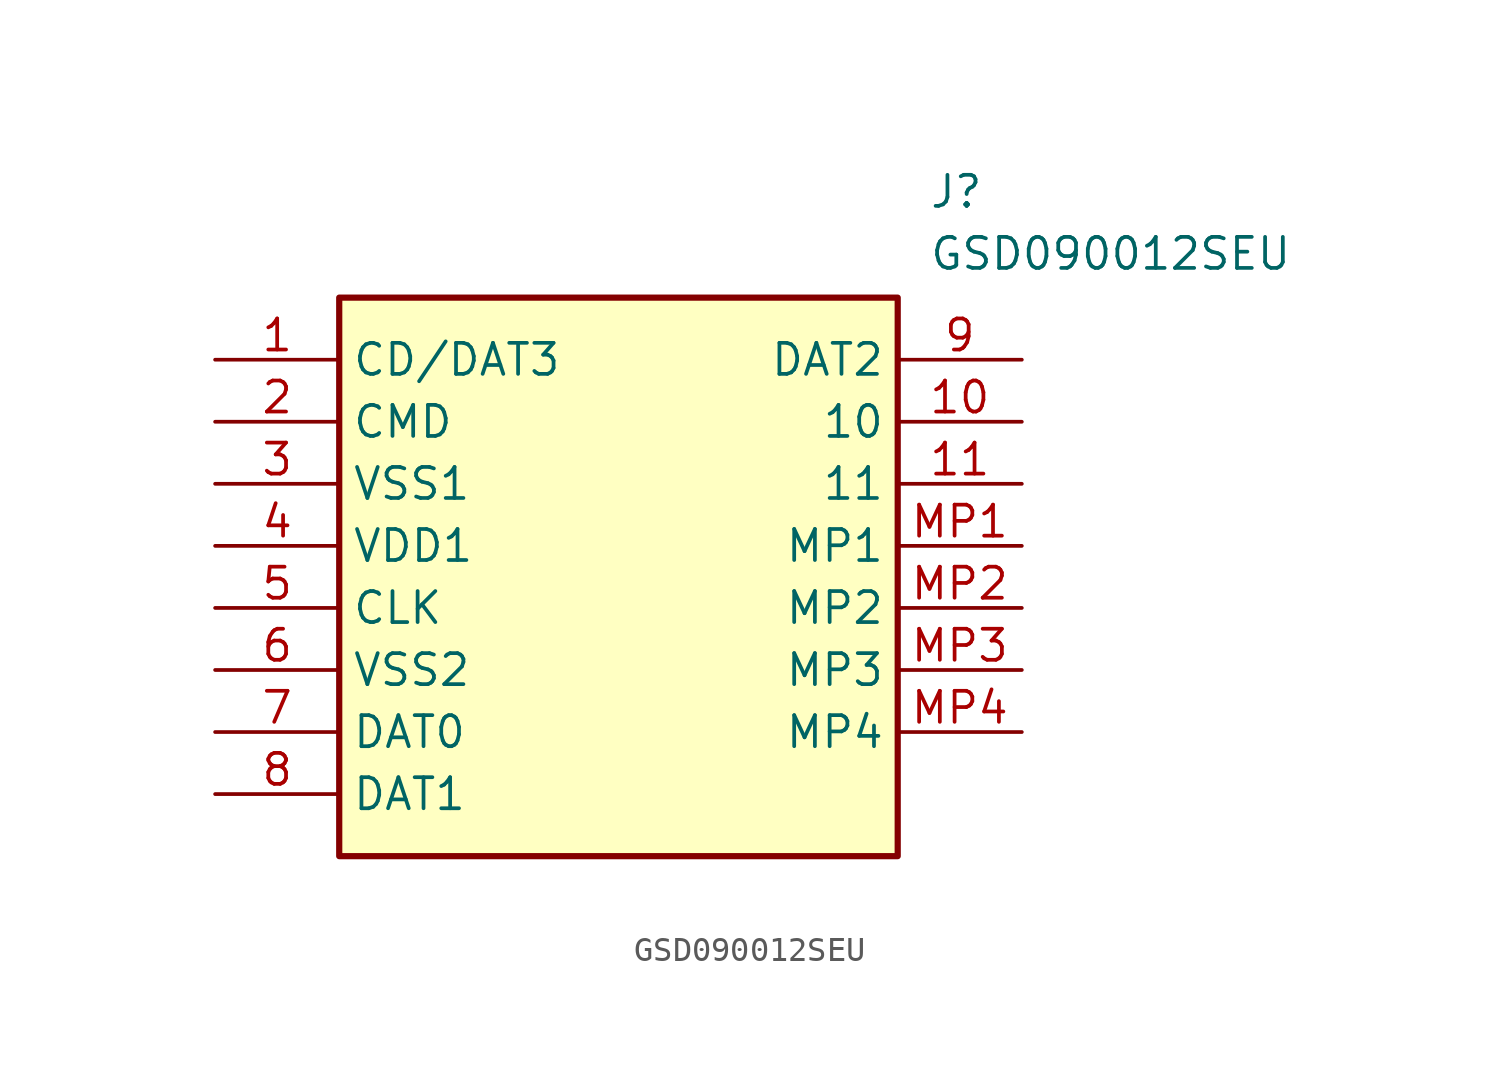
<source format=kicad_sym>
(kicad_symbol_lib
  (version 20211014)
  (generator SamacSys_ECAD_Model)
  (symbol "GSD090012SEU"
    (property "Reference" "J"
      (at 29.21 7.62 0)
      (effects (font (size 1.27 1.27)) (justify left top)))
    (property "Value" "GSD090012SEU"
      (at 29.21 5.08 0)
      (effects (font (size 1.27 1.27)) (justify left top)))
    (rectangle
      (start 5.08 2.54)
      (end 27.94 -20.32)
      (stroke (width 0.254) (type default))
      (fill (type background)))
    (pin passive line
      (at 0 0 0)
      (length 5.08)
      (name "CD/DAT3" (effects (font (size 1.27 1.27))))
      (number "1" (effects (font (size 1.27 1.27)))))
    (pin passive line
      (at 0 -2.54 0)
      (length 5.08)
      (name "CMD" (effects (font (size 1.27 1.27))))
      (number "2" (effects (font (size 1.27 1.27)))))
    (pin passive line
      (at 0 -5.08 0)
      (length 5.08)
      (name "VSS1" (effects (font (size 1.27 1.27))))
      (number "3" (effects (font (size 1.27 1.27)))))
    (pin passive line
      (at 0 -7.62 0)
      (length 5.08)
      (name "VDD1" (effects (font (size 1.27 1.27))))
      (number "4" (effects (font (size 1.27 1.27)))))
    (pin passive line
      (at 0 -10.16 0)
      (length 5.08)
      (name "CLK" (effects (font (size 1.27 1.27))))
      (number "5" (effects (font (size 1.27 1.27)))))
    (pin passive line
      (at 0 -12.7 0)
      (length 5.08)
      (name "VSS2" (effects (font (size 1.27 1.27))))
      (number "6" (effects (font (size 1.27 1.27)))))
    (pin passive line
      (at 0 -15.24 0)
      (length 5.08)
      (name "DAT0" (effects (font (size 1.27 1.27))))
      (number "7" (effects (font (size 1.27 1.27)))))
    (pin passive line
      (at 0 -17.78 0)
      (length 5.08)
      (name "DAT1" (effects (font (size 1.27 1.27))))
      (number "8" (effects (font (size 1.27 1.27)))))
    (pin passive line
      (at 33.02 0 180)
      (length 5.08)
      (name "DAT2" (effects (font (size 1.27 1.27))))
      (number "9" (effects (font (size 1.27 1.27)))))
    (pin passive line
      (at 33.02 -2.54 180)
      (length 5.08)
      (name "10" (effects (font (size 1.27 1.27))))
      (number "10" (effects (font (size 1.27 1.27)))))
    (pin passive line
      (at 33.02 -5.08 180)
      (length 5.08)
      (name "11" (effects (font (size 1.27 1.27))))
      (number "11" (effects (font (size 1.27 1.27)))))
    (pin passive line
      (at 33.02 -7.62 180)
      (length 5.08)
      (name "MP1" (effects (font (size 1.27 1.27))))
      (number "MP1" (effects (font (size 1.27 1.27)))))
    (pin passive line
      (at 33.02 -10.16 180)
      (length 5.08)
      (name "MP2" (effects (font (size 1.27 1.27))))
      (number "MP2" (effects (font (size 1.27 1.27)))))
    (pin passive line
      (at 33.02 -12.7 180)
      (length 5.08)
      (name "MP3" (effects (font (size 1.27 1.27))))
      (number "MP3" (effects (font (size 1.27 1.27)))))
    (pin passive line
      (at 33.02 -15.24 180)
      (length 5.08)
      (name "MP4" (effects (font (size 1.27 1.27))))
      (number "MP4" (effects (font (size 1.27 1.27)))))))
</source>
